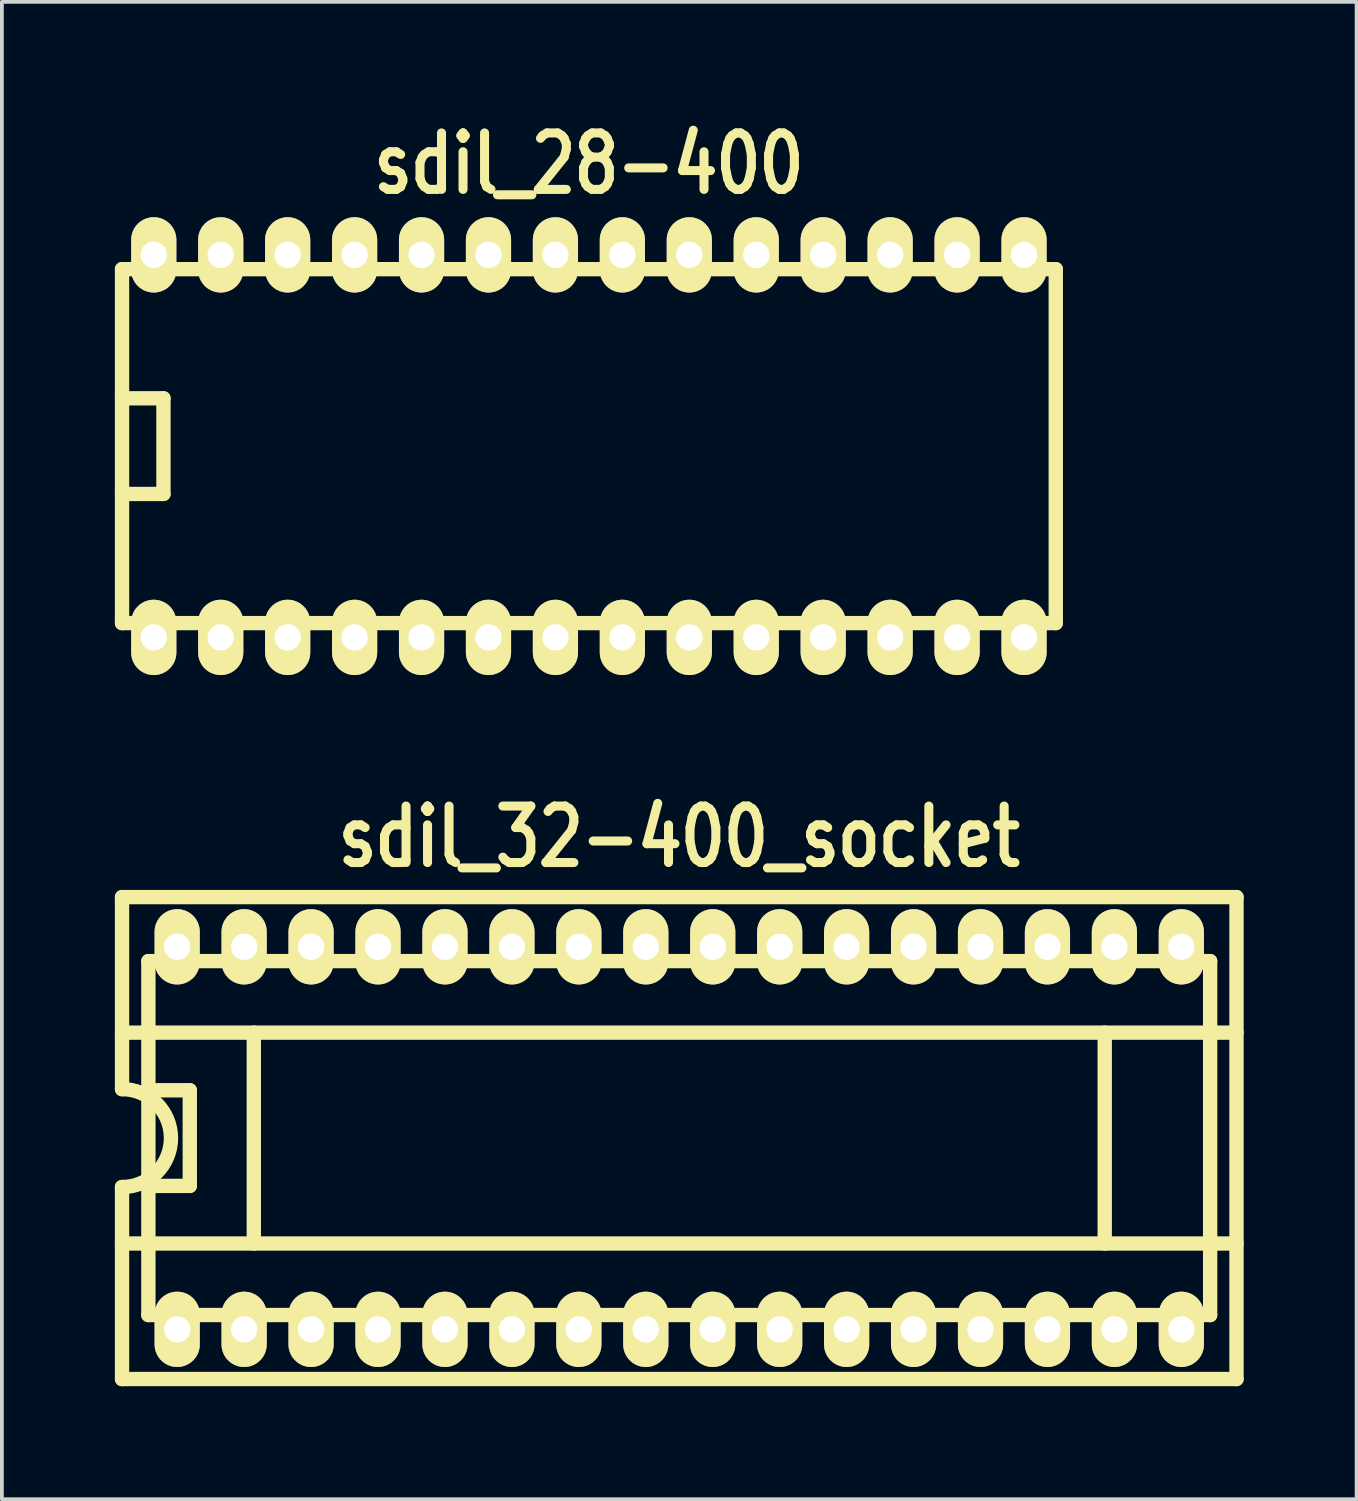
<source format=kicad_pcb>
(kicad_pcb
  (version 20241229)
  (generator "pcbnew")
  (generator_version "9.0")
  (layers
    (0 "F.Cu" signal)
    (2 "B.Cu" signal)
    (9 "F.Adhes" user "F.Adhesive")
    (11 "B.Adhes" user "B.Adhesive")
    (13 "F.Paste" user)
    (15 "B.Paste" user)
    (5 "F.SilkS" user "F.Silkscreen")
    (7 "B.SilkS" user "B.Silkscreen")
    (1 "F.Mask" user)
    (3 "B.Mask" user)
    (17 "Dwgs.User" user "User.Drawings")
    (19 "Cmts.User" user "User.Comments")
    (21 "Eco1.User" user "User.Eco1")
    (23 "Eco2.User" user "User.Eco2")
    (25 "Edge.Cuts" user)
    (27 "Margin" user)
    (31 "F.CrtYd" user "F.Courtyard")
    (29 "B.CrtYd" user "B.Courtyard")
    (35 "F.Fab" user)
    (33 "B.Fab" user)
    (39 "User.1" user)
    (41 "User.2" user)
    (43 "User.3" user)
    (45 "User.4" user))
  (footprint "sdil_32-400_socket"
    (layer "F.Cu")
    (at 14.991 27.177)
    (property "Reference" "sdil_32-400_socket" (at 0 -8 0) (layer "F.SilkS") (effects (font (size 1.5 1.2) (thickness 0.24))))
    (attr through_hole)
    (fp_line (start -14.8 -6.4) (end -14.8 -1.3) (stroke (width 0.381) (type solid)) (layer "F.SilkS"))
    (fp_line (start -14.8 1.3) (end -14.8 6.4) (stroke (width 0.381) (type solid)) (layer "F.SilkS"))
    (fp_line (start -14.8 6.4) (end 14.8 6.4) (stroke (width 0.381) (type solid)) (layer "F.SilkS"))
    (fp_line (start -14.1 -4.7) (end -14.1 4.7) (stroke (width 0.381) (type solid)) (layer "F.SilkS"))
    (fp_line (start -13 -1.27) (end -14.1 -1.27) (stroke (width 0.381) (type solid)) (layer "F.SilkS"))
    (fp_line (start -13 -1.27) (end -13 1.27) (stroke (width 0.381) (type solid)) (layer "F.SilkS"))
    (fp_line (start -13 1.27) (end -14.1 1.27) (stroke (width 0.381) (type solid)) (layer "F.SilkS"))
    (fp_line (start -11.3 -2.8) (end -11.3 2.8) (stroke (width 0.381) (type solid)) (layer "F.SilkS"))
    (fp_line (start 11.3 -2.8) (end 11.3 2.8) (stroke (width 0.381) (type solid)) (layer "F.SilkS"))
    (fp_line (start 14.1 -4.7) (end -14.1 -4.7) (stroke (width 0.381) (type solid)) (layer "F.SilkS"))
    (fp_line (start 14.1 4.7) (end -14.1 4.7) (stroke (width 0.381) (type solid)) (layer "F.SilkS"))
    (fp_line (start 14.1 4.7) (end 14.1 -4.7) (stroke (width 0.381) (type solid)) (layer "F.SilkS"))
    (fp_line (start 14.8 -6.4) (end -14.8 -6.4) (stroke (width 0.381) (type solid)) (layer "F.SilkS"))
    (fp_line (start 14.8 -2.8) (end -14.8 -2.8) (stroke (width 0.381) (type solid)) (layer "F.SilkS"))
    (fp_line (start 14.8 2.8) (end -14.8 2.8) (stroke (width 0.381) (type solid)) (layer "F.SilkS"))
    (fp_line (start 14.8 6.4) (end 14.8 -6.4) (stroke (width 0.381) (type solid)) (layer "F.SilkS"))
    (fp_arc (start -14.8 -1.3) (mid -13.5 0) (end -14.8 1.3) (stroke (width 0.381) (type solid)) (layer "F.SilkS"))
    (pad "1" thru_hole oval (at -13.335 5.08) (size 1.2 2) (drill 0.7) (layers "*.Cu" "*.Mask" "F.SilkS"))
    (pad "2" thru_hole oval (at -11.557 5.08) (size 1.2 2) (drill 0.7) (layers "*.Cu" "*.Mask" "F.SilkS"))
    (pad "3" thru_hole oval (at -9.779 5.08) (size 1.2 2) (drill 0.7) (layers "*.Cu" "*.Mask" "F.SilkS"))
    (pad "4" thru_hole oval (at -8.001 5.08) (size 1.2 2) (drill 0.7) (layers "*.Cu" "*.Mask" "F.SilkS"))
    (pad "5" thru_hole oval (at -6.223 5.08) (size 1.2 2) (drill 0.7) (layers "*.Cu" "*.Mask" "F.SilkS"))
    (pad "6" thru_hole oval (at -4.445 5.08) (size 1.2 2) (drill 0.7) (layers "*.Cu" "*.Mask" "F.SilkS"))
    (pad "7" thru_hole oval (at -2.667 5.08) (size 1.2 2) (drill 0.7) (layers "*.Cu" "*.Mask" "F.SilkS"))
    (pad "8" thru_hole oval (at -0.889 5.08) (size 1.2 2) (drill 0.7) (layers "*.Cu" "*.Mask" "F.SilkS"))
    (pad "9" thru_hole oval (at 0.889 5.08) (size 1.2 2) (drill 0.7) (layers "*.Cu" "*.Mask" "F.SilkS"))
    (pad "10" thru_hole oval (at 2.667 5.08) (size 1.2 2) (drill 0.7) (layers "*.Cu" "*.Mask" "F.SilkS"))
    (pad "11" thru_hole oval (at 4.445 5.08) (size 1.2 2) (drill 0.7) (layers "*.Cu" "*.Mask" "F.SilkS"))
    (pad "12" thru_hole oval (at 6.223 5.08) (size 1.2 2) (drill 0.7) (layers "*.Cu" "*.Mask" "F.SilkS"))
    (pad "13" thru_hole oval (at 8.001 5.08) (size 1.2 2) (drill 0.7) (layers "*.Cu" "*.Mask" "F.SilkS"))
    (pad "14" thru_hole oval (at 9.779 5.08) (size 1.2 2) (drill 0.7) (layers "*.Cu" "*.Mask" "F.SilkS"))
    (pad "15" thru_hole oval (at 11.557 5.08) (size 1.2 2) (drill 0.7) (layers "*.Cu" "*.Mask" "F.SilkS"))
    (pad "16" thru_hole oval (at 13.335 5.08) (size 1.2 2) (drill 0.7) (layers "*.Cu" "*.Mask" "F.SilkS"))
    (pad "17" thru_hole oval (at 13.335 -5.08) (size 1.2 2) (drill 0.7) (layers "*.Cu" "*.Mask" "F.SilkS"))
    (pad "18" thru_hole oval (at 11.557 -5.08) (size 1.2 2) (drill 0.7) (layers "*.Cu" "*.Mask" "F.SilkS"))
    (pad "19" thru_hole oval (at 9.779 -5.08) (size 1.2 2) (drill 0.7) (layers "*.Cu" "*.Mask" "F.SilkS"))
    (pad "20" thru_hole oval (at 8.001 -5.08) (size 1.2 2) (drill 0.7) (layers "*.Cu" "*.Mask" "F.SilkS"))
    (pad "21" thru_hole oval (at 6.223 -5.08) (size 1.2 2) (drill 0.7) (layers "*.Cu" "*.Mask" "F.SilkS"))
    (pad "22" thru_hole oval (at 4.445 -5.08) (size 1.2 2) (drill 0.7) (layers "*.Cu" "*.Mask" "F.SilkS"))
    (pad "23" thru_hole oval (at 2.667 -5.08) (size 1.2 2) (drill 0.7) (layers "*.Cu" "*.Mask" "F.SilkS"))
    (pad "24" thru_hole oval (at 0.889 -5.08) (size 1.2 2) (drill 0.7) (layers "*.Cu" "*.Mask" "F.SilkS"))
    (pad "25" thru_hole oval (at -0.889 -5.08) (size 1.2 2) (drill 0.7) (layers "*.Cu" "*.Mask" "F.SilkS"))
    (pad "26" thru_hole oval (at -2.667 -5.08) (size 1.2 2) (drill 0.7) (layers "*.Cu" "*.Mask" "F.SilkS"))
    (pad "27" thru_hole oval (at -4.445 -5.08) (size 1.2 2) (drill 0.7) (layers "*.Cu" "*.Mask" "F.SilkS"))
    (pad "28" thru_hole oval (at -6.223 -5.08) (size 1.2 2) (drill 0.7) (layers "*.Cu" "*.Mask" "F.SilkS"))
    (pad "29" thru_hole oval (at -8.001 -5.08) (size 1.2 2) (drill 0.7) (layers "*.Cu" "*.Mask" "F.SilkS"))
    (pad "30" thru_hole oval (at -9.779 -5.08) (size 1.2 2) (drill 0.7) (layers "*.Cu" "*.Mask" "F.SilkS"))
    (pad "31" thru_hole oval (at -11.557 -5.08) (size 1.2 2) (drill 0.7) (layers "*.Cu" "*.Mask" "F.SilkS"))
    (pad "32" thru_hole oval (at -13.335 -5.08) (size 1.2 2) (drill 0.7) (layers "*.Cu" "*.Mask" "F.SilkS")))
  (footprint "sdil_28-400"
    (layer "F.Cu")
    (at 12.591 8.799)
    (property "Reference" "sdil_28-400" (at 0 -7.5 0) (layer "F.SilkS") (effects (font (size 1.5 1.2) (thickness 0.24))))
    (attr through_hole)
    (fp_line (start -12.4 -4.7) (end -12.4 4.7) (stroke (width 0.381) (type solid)) (layer "F.SilkS"))
    (fp_line (start -11.3 -1.27) (end -12.4 -1.27) (stroke (width 0.381) (type solid)) (layer "F.SilkS"))
    (fp_line (start -11.3 -1.27) (end -11.3 1.27) (stroke (width 0.381) (type solid)) (layer "F.SilkS"))
    (fp_line (start -11.3 1.27) (end -12.4 1.27) (stroke (width 0.381) (type solid)) (layer "F.SilkS"))
    (fp_line (start 12.4 -4.7) (end -12.4 -4.7) (stroke (width 0.381) (type solid)) (layer "F.SilkS"))
    (fp_line (start 12.4 4.7) (end -12.4 4.7) (stroke (width 0.381) (type solid)) (layer "F.SilkS"))
    (fp_line (start 12.4 4.7) (end 12.4 -4.7) (stroke (width 0.381) (type solid)) (layer "F.SilkS"))
    (pad "1" thru_hole oval (at -11.557 5.08) (size 1.2 2) (drill 0.7) (layers "*.Cu" "*.Mask" "F.SilkS"))
    (pad "2" thru_hole oval (at -9.779 5.08) (size 1.2 2) (drill 0.7) (layers "*.Cu" "*.Mask" "F.SilkS"))
    (pad "3" thru_hole oval (at -8.001 5.08) (size 1.2 2) (drill 0.7) (layers "*.Cu" "*.Mask" "F.SilkS"))
    (pad "4" thru_hole oval (at -6.223 5.08) (size 1.2 2) (drill 0.7) (layers "*.Cu" "*.Mask" "F.SilkS"))
    (pad "5" thru_hole oval (at -4.445 5.08) (size 1.2 2) (drill 0.7) (layers "*.Cu" "*.Mask" "F.SilkS"))
    (pad "6" thru_hole oval (at -2.667 5.08) (size 1.2 2) (drill 0.7) (layers "*.Cu" "*.Mask" "F.SilkS"))
    (pad "7" thru_hole oval (at -0.889 5.08) (size 1.2 2) (drill 0.7) (layers "*.Cu" "*.Mask" "F.SilkS"))
    (pad "8" thru_hole oval (at 0.889 5.08) (size 1.2 2) (drill 0.7) (layers "*.Cu" "*.Mask" "F.SilkS"))
    (pad "9" thru_hole oval (at 2.667 5.08) (size 1.2 2) (drill 0.7) (layers "*.Cu" "*.Mask" "F.SilkS"))
    (pad "10" thru_hole oval (at 4.445 5.08) (size 1.2 2) (drill 0.7) (layers "*.Cu" "*.Mask" "F.SilkS"))
    (pad "11" thru_hole oval (at 6.223 5.08) (size 1.2 2) (drill 0.7) (layers "*.Cu" "*.Mask" "F.SilkS"))
    (pad "12" thru_hole oval (at 8.001 5.08) (size 1.2 2) (drill 0.7) (layers "*.Cu" "*.Mask" "F.SilkS"))
    (pad "13" thru_hole oval (at 9.779 5.08) (size 1.2 2) (drill 0.7) (layers "*.Cu" "*.Mask" "F.SilkS"))
    (pad "14" thru_hole oval (at 11.557 5.08) (size 1.2 2) (drill 0.7) (layers "*.Cu" "*.Mask" "F.SilkS"))
    (pad "15" thru_hole oval (at 11.557 -5.08) (size 1.2 2) (drill 0.7) (layers "*.Cu" "*.Mask" "F.SilkS"))
    (pad "16" thru_hole oval (at 9.779 -5.08) (size 1.2 2) (drill 0.7) (layers "*.Cu" "*.Mask" "F.SilkS"))
    (pad "17" thru_hole oval (at 8.001 -5.08) (size 1.2 2) (drill 0.7) (layers "*.Cu" "*.Mask" "F.SilkS"))
    (pad "18" thru_hole oval (at 6.223 -5.08) (size 1.2 2) (drill 0.7) (layers "*.Cu" "*.Mask" "F.SilkS"))
    (pad "19" thru_hole oval (at 4.445 -5.08) (size 1.2 2) (drill 0.7) (layers "*.Cu" "*.Mask" "F.SilkS"))
    (pad "20" thru_hole oval (at 2.667 -5.08) (size 1.2 2) (drill 0.7) (layers "*.Cu" "*.Mask" "F.SilkS"))
    (pad "21" thru_hole oval (at 0.889 -5.08) (size 1.2 2) (drill 0.7) (layers "*.Cu" "*.Mask" "F.SilkS"))
    (pad "22" thru_hole oval (at -0.889 -5.08) (size 1.2 2) (drill 0.7) (layers "*.Cu" "*.Mask" "F.SilkS"))
    (pad "23" thru_hole oval (at -2.667 -5.08) (size 1.2 2) (drill 0.7) (layers "*.Cu" "*.Mask" "F.SilkS"))
    (pad "24" thru_hole oval (at -4.445 -5.08) (size 1.2 2) (drill 0.7) (layers "*.Cu" "*.Mask" "F.SilkS"))
    (pad "25" thru_hole oval (at -6.223 -5.08) (size 1.2 2) (drill 0.7) (layers "*.Cu" "*.Mask" "F.SilkS"))
    (pad "26" thru_hole oval (at -8.001 -5.08) (size 1.2 2) (drill 0.7) (layers "*.Cu" "*.Mask" "F.SilkS"))
    (pad "27" thru_hole oval (at -9.779 -5.08) (size 1.2 2) (drill 0.7) (layers "*.Cu" "*.Mask" "F.SilkS"))
    (pad "28" thru_hole oval (at -11.557 -5.08) (size 1.2 2) (drill 0.7) (layers "*.Cu" "*.Mask" "F.SilkS")))
  (gr_rect
    (start -3 -3)
    (end 32.981 36.768)
    (stroke (width 0.1) (type default))
    (fill no)
    (layer "Edge.Cuts")))
</source>
